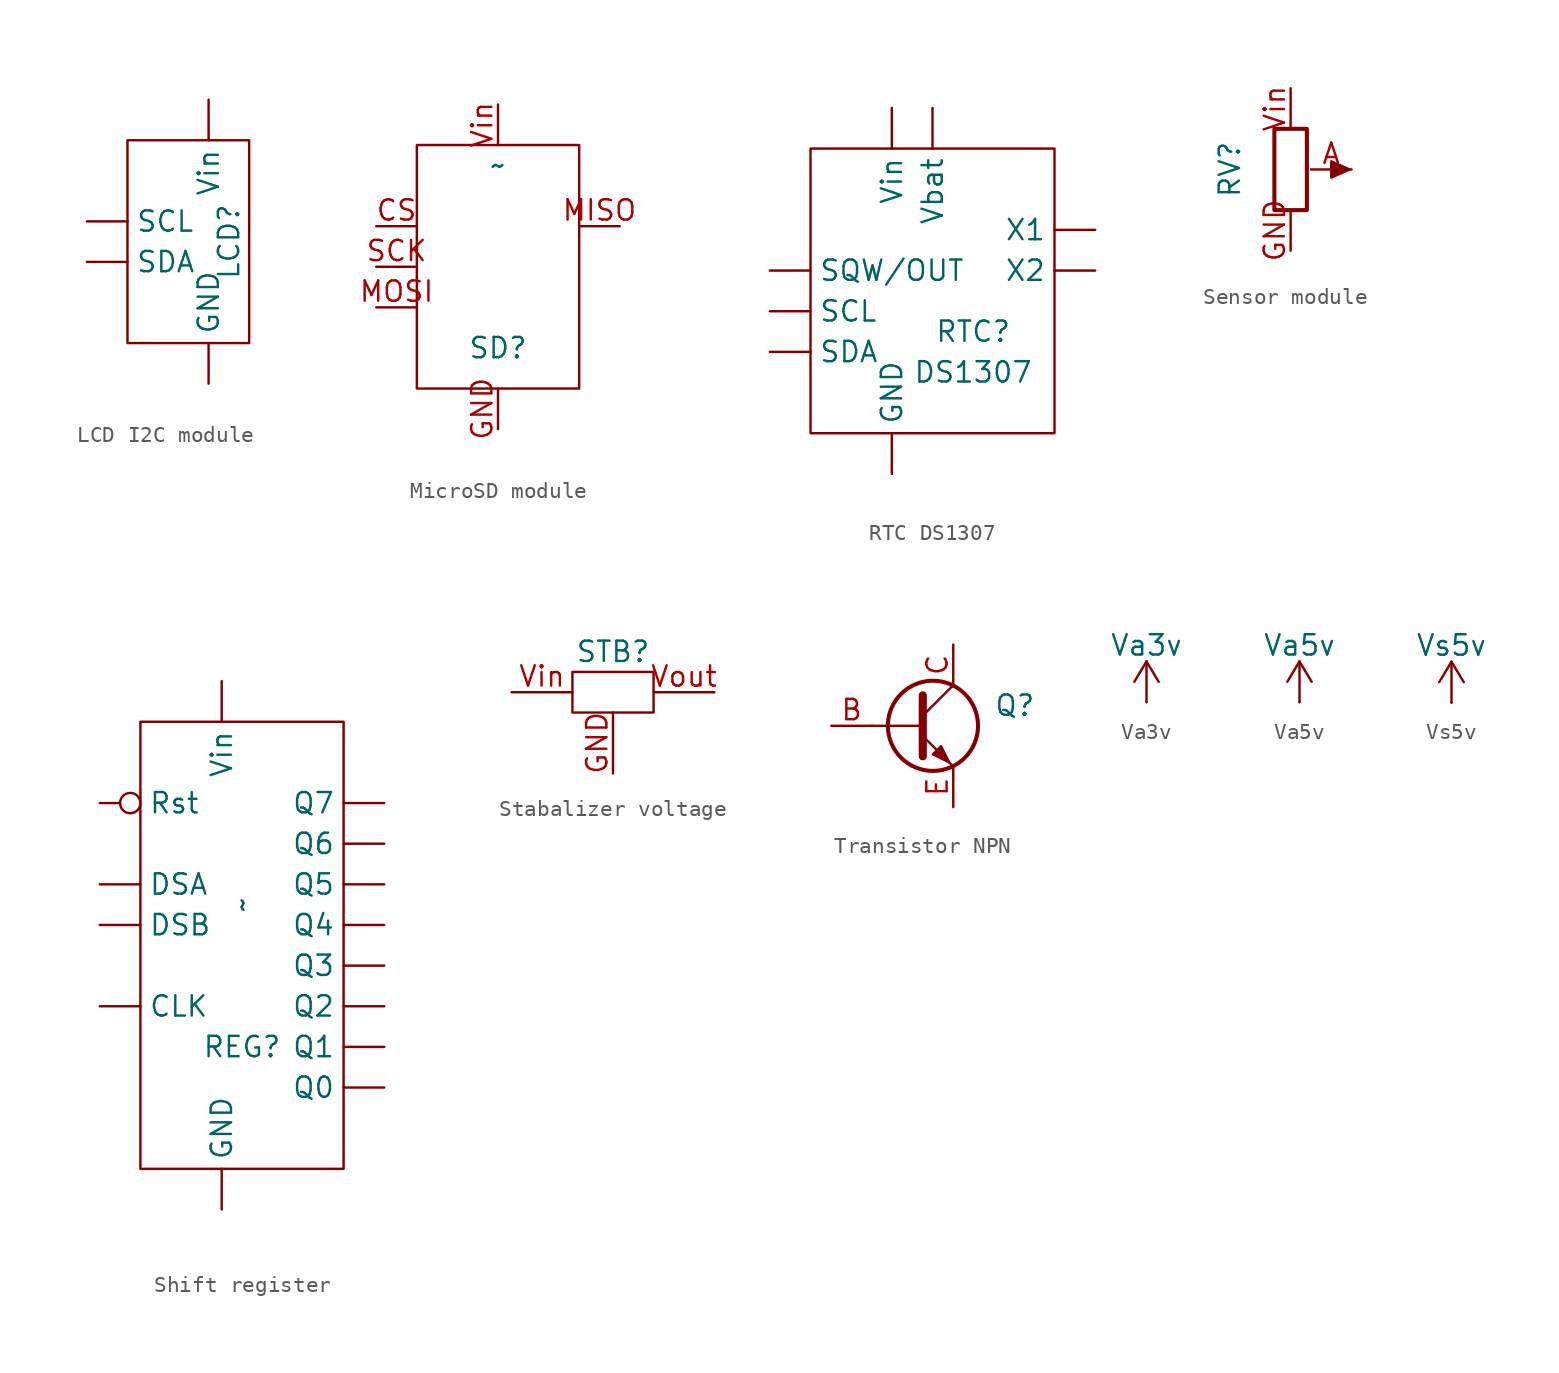
<source format=kicad_sym>
(kicad_symbol_lib
  (version 20241209)
  (generator "kicad_symbol_editor")
  (generator_version "9.0")
  (symbol "LCD I2C module"
    (pin_numbers
      (hide yes))
    (property "Reference" "LCD"
      (at 6.35 -6.35 90)
      (do_not_autoplace)
      (effects (font (size 1.27 1.27))))
    (symbol "LCD I2C module_0_1"
      (rectangle (start 0 0) (end 7.62 -12.7) (stroke (width 0) (type default)) (fill (type none))))
    (symbol "LCD I2C module_1_1"
      (pin passive line (at -2.54 -5.08 0) (length 2.54) (name "SCL" (effects (font (size 1.27 1.27)))) (number "SCL" (effects (font (size 1.27 1.27)))))
      (pin passive line (at -2.54 -7.62 0) (length 2.54) (name "SDA" (effects (font (size 1.27 1.27)))) (number "SDA" (effects (font (size 1.27 1.27)))))
      (pin power_in line (at 5.08 2.54 270) (length 2.54) (name "Vin" (effects (font (size 1.27 1.27)))) (number "Vin" (effects (font (size 1.27 1.27)))))
      (pin passive line (at 5.08 -15.24 90) (length 2.54) (name "GND" (effects (font (size 1.27 1.27)))) (number "GND" (effects (font (size 1.27 1.27)))))))
  (symbol "MicroSD module"
    (pin_names
      (hide yes))
    (property "Reference" "SD"
      (at 5.08 -12.7 0)
      (do_not_autoplace)
      (effects (font (size 1.27 1.27))))
    (property "Value" "~"
      (at 5.08 -1.27 0)
      (do_not_autoplace)
      (effects (font (size 1.27 1.27))))
    (symbol "MicroSD module_0_1"
      (rectangle (start 0 0) (end 10.16 -15.24) (stroke (width 0) (type default)) (fill (type none))))
    (symbol "MicroSD module_1_1"
      (pin input line (at -2.54 -5.08 0) (length 2.54) (name "CS" (effects (font (size 1.27 1.27)))) (number "CS" (effects (font (size 1.27 1.27)))))
      (pin input line (at -2.54 -7.62 0) (length 2.54) (name "SCK" (effects (font (size 1.27 1.27)))) (number "SCK" (effects (font (size 1.27 1.27)))))
      (pin input line (at -2.54 -10.16 0) (length 2.54) (name "MOSI" (effects (font (size 1.27 1.27)))) (number "MOSI" (effects (font (size 1.27 1.27)))))
      (pin power_in line (at 5.08 2.54 270) (length 2.54) (name "Vin" (effects (font (size 1.27 1.27)))) (number "Vin" (effects (font (size 1.27 1.27)))))
      (pin passive line (at 5.08 -17.78 90) (length 2.54) (name "GND" (effects (font (size 1.27 1.27)))) (number "GND" (effects (font (size 1.27 1.27)))))
      (pin output line (at 12.7 -5.08 180) (length 2.54) (name "MISO" (effects (font (size 1.27 1.27)))) (number "MISO" (effects (font (size 1.27 1.27)))))))
  (symbol "RTC DS1307"
    (pin_numbers
      (hide yes))
    (property "Reference" "RTC"
      (at 10.16 -11.43 0)
      (do_not_autoplace)
      (effects (font (size 1.27 1.27))))
    (property "Value" "DS1307"
      (at 10.16 -13.97 0)
      (do_not_autoplace)
      (effects (font (size 1.27 1.27))))
    (symbol "RTC DS1307_0_1"
      (rectangle (start 0 0) (end 15.24 -17.78) (stroke (width 0) (type default)) (fill (type none))))
    (symbol "RTC DS1307_1_1"
      (pin passive line (at -2.54 -7.62 0) (length 2.54) (name "SQW/OUT" (effects (font (size 1.27 1.27)))) (number "SQW/OUT" (effects (font (size 1.27 1.27)))))
      (pin passive line (at -2.54 -10.16 0) (length 2.54) (name "SCL" (effects (font (size 1.27 1.27)))) (number "SCL" (effects (font (size 1.27 1.27)))))
      (pin passive line (at -2.54 -12.7 0) (length 2.54) (name "SDA" (effects (font (size 1.27 1.27)))) (number "SDA" (effects (font (size 1.27 1.27)))))
      (pin power_in line (at 5.08 2.54 270) (length 2.54) (name "Vin" (effects (font (size 1.27 1.27)))) (number "Vin" (effects (font (size 1.27 1.27)))))
      (pin passive line (at 5.08 -20.32 90) (length 2.54) (name "GND" (effects (font (size 1.27 1.27)))) (number "GND" (effects (font (size 1.27 1.27)))))
      (pin power_in line (at 7.62 2.54 270) (length 2.54) (name "Vbat" (effects (font (size 1.27 1.27)))) (number "Vbat" (effects (font (size 1.27 1.27)))))
      (pin passive line (at 17.78 -5.08 180) (length 2.54) (name "X1" (effects (font (size 1.27 1.27)))) (number "X1" (effects (font (size 1.27 1.27)))))
      (pin passive line (at 17.78 -7.62 180) (length 2.54) (name "X2" (effects (font (size 1.27 1.27)))) (number "X2" (effects (font (size 1.27 1.27)))))))
  (symbol "Sensor module"
    (pin_names
      (offset 1.016)
      (hide yes))
    (property "Reference" "RV"
      (at -3.81 0 90)
      (do_not_autoplace)
      (effects (font (size 1.27 1.27))))
    (property "Value" ""
      (at -2.54 0 90)
      (effects (font (size 1.27 1.27))))
    (symbol "Sensor module_0_1"
      (rectangle (start -1.016 2.54) (end 1.016 -2.54) (stroke (width 0.254) (type default)) (fill (type none)))
      (polyline (pts (xy 3.683 0) (xy 2.54 -0.508) (xy 2.54 0.508) (xy 3.683 0)) (stroke (width 0) (type default)) (fill (type outline))))
    (symbol "Sensor module_1_1"
      (pin power_in line (at 0 5.08 270) (length 2.54) (name "VCC" (effects (font (size 1.27 1.27)))) (number "Vin" (effects (font (size 1.27 1.27)))))
      (pin passive line (at 0 -5.08 90) (length 2.54) (name "GND" (effects (font (size 1.27 1.27)))) (number "GND" (effects (font (size 1.27 1.27)))))
      (pin passive line (at 3.81 0 180) (length 2.54) (name "A" (effects (font (size 1.27 1.27)))) (number "A" (effects (font (size 1.27 1.27)))))))
  (symbol "Shift register"
    (pin_numbers
      (hide yes))
    (property "Reference" "REG"
      (at 6.35 -20.32 0)
      (do_not_autoplace)
      (effects (font (size 1.27 1.27))))
    (property "Value" "~"
      (at 6.35 -11.43 90)
      (do_not_autoplace)
      (effects (font (size 1.27 1.27))))
    (symbol "Shift register_0_1"
      (rectangle (start 0 0) (end 12.7 -27.94) (stroke (width 0) (type default)) (fill (type none))))
    (symbol "Shift register_1_1"
      (pin input inverted (at -2.54 -5.08 0) (length 2.54) (name "Rst" (effects (font (size 1.27 1.27)))) (number "Rst" (effects (font (size 1.27 1.27)))))
      (pin input line (at -2.54 -10.16 0) (length 2.54) (name "DSA" (effects (font (size 1.27 1.27)))) (number "DSA" (effects (font (size 1.27 1.27)))))
      (pin input line (at -2.54 -12.7 0) (length 2.54) (name "DSB" (effects (font (size 1.27 1.27)))) (number "DSB" (effects (font (size 1.27 1.27)))))
      (pin input line (at -2.54 -17.78 0) (length 2.54) (name "CLK" (effects (font (size 1.27 1.27)))) (number "CLK" (effects (font (size 1.27 1.27)))))
      (pin power_in line (at 5.08 2.54 270) (length 2.54) (name "Vin" (effects (font (size 1.27 1.27)))) (number "Vin" (effects (font (size 1.27 1.27)))))
      (pin passive line (at 5.08 -30.48 90) (length 2.54) (name "GND" (effects (font (size 1.27 1.27)))) (number "GND" (effects (font (size 1.27 1.27)))))
      (pin output line (at 15.24 -5.08 180) (length 2.54) (name "Q7" (effects (font (size 1.27 1.27)))) (number "Q7" (effects (font (size 1.27 1.27)))))
      (pin output line (at 15.24 -7.62 180) (length 2.54) (name "Q6" (effects (font (size 1.27 1.27)))) (number "Q6" (effects (font (size 1.27 1.27)))))
      (pin output line (at 15.24 -10.16 180) (length 2.54) (name "Q5" (effects (font (size 1.27 1.27)))) (number "Q5" (effects (font (size 1.27 1.27)))))
      (pin output line (at 15.24 -12.7 180) (length 2.54) (name "Q4" (effects (font (size 1.27 1.27)))) (number "Q4" (effects (font (size 1.27 1.27)))))
      (pin output line (at 15.24 -15.24 180) (length 2.54) (name "Q3" (effects (font (size 1.27 1.27)))) (number "Q3" (effects (font (size 1.27 1.27)))))
      (pin output line (at 15.24 -17.78 180) (length 2.54) (name "Q2" (effects (font (size 1.27 1.27)))) (number "Q2" (effects (font (size 1.27 1.27)))))
      (pin output line (at 15.24 -20.32 180) (length 2.54) (name "Q1" (effects (font (size 1.27 1.27)))) (number "Q1" (effects (font (size 1.27 1.27)))))
      (pin output line (at 15.24 -22.86 180) (length 2.54) (name "Q0" (effects (font (size 1.27 1.27)))) (number "Q0" (effects (font (size 1.27 1.27)))))))
  (symbol "Stabalizer voltage"
    (pin_names
      (hide yes))
    (property "Reference" "STB"
      (at 0 2.54 0)
      (do_not_autoplace)
      (effects (font (size 1.27 1.27))))
    (symbol "Stabalizer voltage_0_1"
      (rectangle (start -2.54 1.27) (end 2.54 -1.27) (stroke (width 0) (type default)) (fill (type none))))
    (symbol "Stabalizer voltage_1_1"
      (pin power_in line (at -6.35 0 0) (length 3.81) (name "Vin" (effects (font (size 1.27 1.27)))) (number "Vin" (effects (font (size 1.27 1.27)))))
      (pin passive line (at 0 -5.08 90) (length 3.81) (name "GND" (effects (font (size 1.27 1.27)))) (number "GND" (effects (font (size 1.27 1.27)))))
      (pin power_out line (at 6.35 0 180) (length 3.81) (name "Vout" (effects (font (size 1.27 1.27)))) (number "Vout" (effects (font (size 1.27 1.27)))))))
  (symbol "Transistor NPN"
    (pin_names
      (offset 0)
      (hide yes))
    (property "Reference" "Q"
      (at 5.08 1.27 0)
      (do_not_autoplace)
      (effects (font (size 1.27 1.27)) (justify left)))
    (symbol "Transistor NPN_0_1"
      (polyline (pts (xy -2.54 0) (xy 0.635 0)) (stroke (width 0) (type default)) (fill (type none)))
      (polyline (pts (xy 0.635 1.905) (xy 0.635 -1.905)) (stroke (width 0.508) (type default)) (fill (type none)))
      (polyline (pts (xy 0.635 0.635) (xy 2.54 2.54)) (stroke (width 0) (type default)) (fill (type none)))
      (polyline (pts (xy 0.635 -0.635) (xy 2.54 -2.54)) (stroke (width 0) (type default)) (fill (type none)))
      (circle (center 1.27 0) (radius 2.819) (stroke (width 0.254) (type default)) (fill (type none)))
      (polyline (pts (xy 1.27 -1.778) (xy 1.778 -1.27) (xy 2.286 -2.286) (xy 1.27 -1.778)) (stroke (width 0) (type default)) (fill (type outline))))
    (symbol "Transistor NPN_1_1"
      (pin input line (at -5.08 0 0) (length 2.54) (name "B" (effects (font (size 1.27 1.27)))) (number "B" (effects (font (size 1.27 1.27)))))
      (pin passive line (at 2.54 5.08 270) (length 2.54) (name "C" (effects (font (size 1.27 1.27)))) (number "C" (effects (font (size 1.27 1.27)))))
      (pin passive line (at 2.54 -5.08 90) (length 2.54) (name "E" (effects (font (size 1.27 1.27)))) (number "E" (effects (font (size 1.27 1.27)))))))
  (symbol "Va3v"
    (power)
    (pin_numbers
      (hide yes))
    (pin_names
      (offset 0)
      (hide yes))
    (property "Reference" "#PWR"
      (at 0 -3.81 0)
      (effects (font (size 1.27 1.27)) (hide yes)))
    (property "Value" "Va3v"
      (at 0 3.556 0)
      (effects (font (size 1.27 1.27))))
    (symbol "Va3v_0_1"
      (polyline (pts (xy -0.762 1.27) (xy 0 2.54)) (stroke (width 0) (type default)) (fill (type none)))
      (polyline (pts (xy 0 2.54) (xy 0.762 1.27)) (stroke (width 0) (type default)) (fill (type none)))
      (polyline (pts (xy 0 0) (xy 0 2.54)) (stroke (width 0) (type default)) (fill (type none))))
    (symbol "Va3v_1_1"
      (pin power_in line (at 0 0 90) (length 0) (name "~" (effects (font (size 1.27 1.27)))) (number "1" (effects (font (size 1.27 1.27)))))))
  (symbol "Va5v"
    (power)
    (pin_numbers
      (hide yes))
    (pin_names
      (offset 0)
      (hide yes))
    (property "Reference" "#PWR"
      (at 0 -3.81 0)
      (effects (font (size 1.27 1.27)) (hide yes)))
    (property "Value" "Va5v"
      (at 0 3.556 0)
      (effects (font (size 1.27 1.27))))
    (symbol "Va5v_0_1"
      (polyline (pts (xy -0.762 1.27) (xy 0 2.54)) (stroke (width 0) (type default)) (fill (type none)))
      (polyline (pts (xy 0 2.54) (xy 0.762 1.27)) (stroke (width 0) (type default)) (fill (type none)))
      (polyline (pts (xy 0 0) (xy 0 2.54)) (stroke (width 0) (type default)) (fill (type none))))
    (symbol "Va5v_1_1"
      (pin power_in line (at 0 0 90) (length 0) (name "~" (effects (font (size 1.27 1.27)))) (number "1" (effects (font (size 1.27 1.27)))))))
  (symbol "Vs5v"
    (power)
    (pin_numbers
      (hide yes))
    (pin_names
      (offset 0)
      (hide yes))
    (property "Reference" "#PWR"
      (at 0 -3.81 0)
      (effects (font (size 1.27 1.27)) (hide yes)))
    (property "Value" "Vs5v"
      (at 0 3.556 0)
      (effects (font (size 1.27 1.27))))
    (symbol "Vs5v_0_1"
      (polyline (pts (xy -0.762 1.27) (xy 0 2.54)) (stroke (width 0) (type default)) (fill (type none)))
      (polyline (pts (xy 0 2.54) (xy 0.762 1.27)) (stroke (width 0) (type default)) (fill (type none)))
      (polyline (pts (xy 0 0) (xy 0 2.54)) (stroke (width 0) (type default)) (fill (type none))))
    (symbol "Vs5v_1_1"
      (pin power_in line (at 0 0 90) (length 0) (name "~" (effects (font (size 1.27 1.27)))) (number "1" (effects (font (size 1.27 1.27))))))))
</source>
